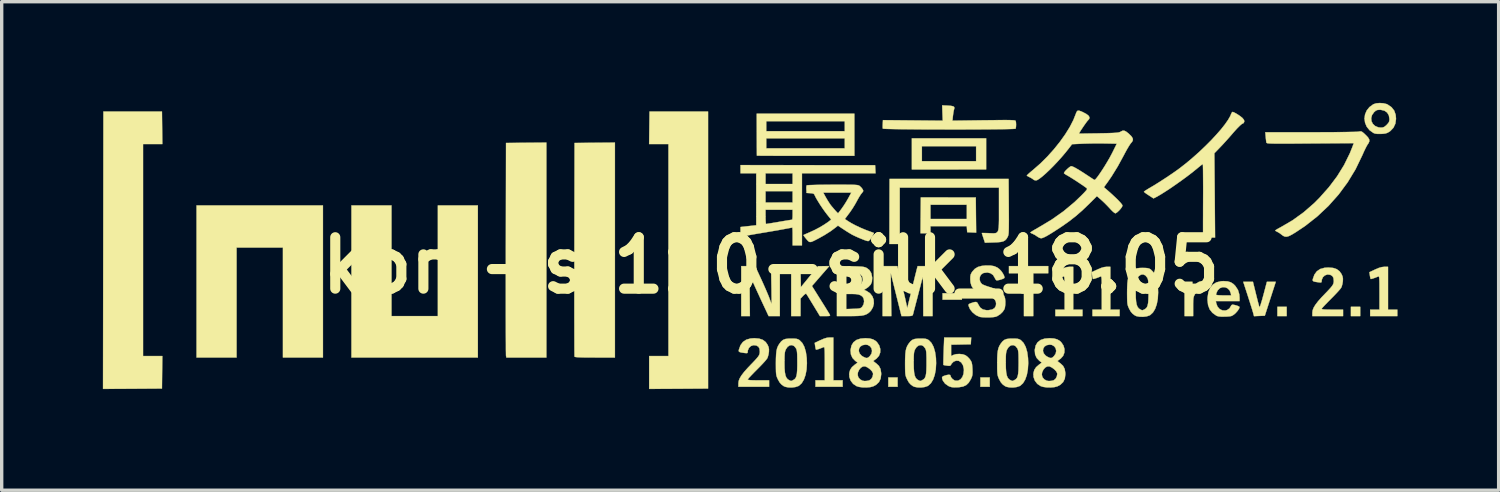
<source format=kicad_pcb>
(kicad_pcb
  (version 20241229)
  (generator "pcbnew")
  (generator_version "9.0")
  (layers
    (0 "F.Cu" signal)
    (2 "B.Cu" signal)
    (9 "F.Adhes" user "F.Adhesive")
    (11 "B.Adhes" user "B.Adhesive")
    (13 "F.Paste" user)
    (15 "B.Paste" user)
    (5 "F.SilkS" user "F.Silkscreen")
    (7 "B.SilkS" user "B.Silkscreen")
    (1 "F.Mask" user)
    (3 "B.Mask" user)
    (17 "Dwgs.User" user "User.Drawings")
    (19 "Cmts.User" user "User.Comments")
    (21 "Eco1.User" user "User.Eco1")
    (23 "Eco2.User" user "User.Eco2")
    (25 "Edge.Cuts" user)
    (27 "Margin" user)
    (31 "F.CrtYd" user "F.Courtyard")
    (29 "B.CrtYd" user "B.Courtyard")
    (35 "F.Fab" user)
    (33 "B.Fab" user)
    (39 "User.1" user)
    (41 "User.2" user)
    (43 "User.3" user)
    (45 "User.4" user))
  (footprint "nkbm-st110-silk_18.05"
    (layer "F.Cu")
    (at 19.119 4.819)
    (property "Reference" "nkbm-st110-silk_18.05" (at 0 0 0) (layer "F.SilkS") (effects (font (size 1.524 1.524) (thickness 0.3))))
    (attr through_hole)
    (fp_poly (pts (xy 4.445 3.598) (xy 4.17 3.598) (xy 4.17 3.323) (xy 4.445 3.323) (xy 4.445 3.598)) (stroke (width 0.01) (type solid)) (fill yes) (layer "F.SilkS"))
    (fp_poly (pts (xy 6.35 1.016) (xy 5.779 1.016) (xy 5.779 0.826) (xy 6.35 0.826) (xy 6.35 1.016)) (stroke (width 0.01) (type solid)) (fill yes) (layer "F.SilkS"))
    (fp_poly (pts (xy 7.176 3.598) (xy 6.9 3.598) (xy 6.9 3.323) (xy 7.176 3.323) (xy 7.176 3.598)) (stroke (width 0.01) (type solid)) (fill yes) (layer "F.SilkS"))
    (fp_poly (pts (xy 15.981 1.503) (xy 15.706 1.503) (xy 15.706 1.228) (xy 15.981 1.228) (xy 15.981 1.503)) (stroke (width 0.01) (type solid)) (fill yes) (layer "F.SilkS"))
    (fp_poly (pts (xy 18.161 1.503) (xy 17.886 1.503) (xy 17.886 1.228) (xy 18.161 1.228) (xy 18.161 1.503)) (stroke (width 0.01) (type solid)) (fill yes) (layer "F.SilkS"))
    (fp_poly (pts (xy -12.594 2.731) (xy -13.78 2.731) (xy -13.78 -0.529) (xy -15.155 -0.529) (xy -15.155 2.731) (xy -16.341 2.731) (xy -16.341 -1.778) (xy -12.594 -1.778) (xy -12.594 2.731)) (stroke (width 0.01) (type solid)) (fill yes) (layer "F.SilkS"))
    (fp_poly (pts (xy -10.562 1.503) (xy -9.186 1.503) (xy -9.186 -1.778) (xy -8.001 -1.778) (xy -8.001 2.731) (xy -11.748 2.731) (xy -11.748 -1.778) (xy -10.562 -1.778) (xy -10.562 1.503)) (stroke (width 0.01) (type solid)) (fill yes) (layer "F.SilkS"))
    (fp_poly (pts (xy 8.911 0.233) (xy 8.467 0.233) (xy 8.467 1.503) (xy 8.191 1.503) (xy 8.191 0.233) (xy 7.747 0.233) (xy 7.747 0.021) (xy 8.911 0.021) (xy 8.911 0.233)) (stroke (width 0.01) (type solid)) (fill yes) (layer "F.SilkS"))
    (fp_poly (pts (xy -1.175 3.651) (xy -2.048 3.657) (xy -2.921 3.662) (xy -2.921 2.688) (xy -2.349 2.688) (xy -2.349 -3.598) (xy -2.922 -3.598) (xy -2.916 -4.08) (xy -2.91 -4.561) (xy -1.175 -4.561) (xy -1.175 3.651)) (stroke (width 0.01) (type solid)) (fill yes) (layer "F.SilkS"))
    (fp_poly (pts (xy -17.356 -3.598) (xy -17.928 -3.598) (xy -17.928 2.688) (xy -17.356 2.688) (xy -17.362 3.17) (xy -17.367 3.651) (xy -18.24 3.657) (xy -19.114 3.662) (xy -19.108 -0.45) (xy -19.103 -4.561) (xy -17.367 -4.561) (xy -17.356 -3.598)) (stroke (width 0.01) (type solid)) (fill yes) (layer "F.SilkS"))
    (fp_poly (pts (xy 7.07 -2.846) (xy 5.969 -2.845) (xy 4.868 -2.845) (xy 4.868 -3.535) (xy 5.165 -3.535) (xy 5.165 -3.09) (xy 6.773 -3.09) (xy 6.773 -3.535) (xy 5.165 -3.535) (xy 4.868 -3.535) (xy 4.868 -3.768) (xy 7.07 -3.768) (xy 7.07 -2.846)) (stroke (width 0.01) (type solid)) (fill yes) (layer "F.SilkS"))
    (fp_poly (pts (xy 5.948 -2.015) (xy 6.763 -2.015) (xy 6.768 -1.493) (xy 6.774 -0.972) (xy 6.641 -0.978) (xy 6.509 -0.984) (xy 6.502 -1.074) (xy 6.496 -1.164) (xy 5.419 -1.164) (xy 5.419 -0.953) (xy 5.125 -0.953) (xy 5.129 -1.484) (xy 5.132 -1.799) (xy 5.419 -1.799) (xy 5.419 -1.376) (xy 6.498 -1.376) (xy 6.498 -1.799) (xy 5.419 -1.799) (xy 5.132 -1.799) (xy 5.134 -2.016) (xy 5.948 -2.015)) (stroke (width 0.01) (type solid)) (fill yes) (layer "F.SilkS"))
    (fp_poly (pts (xy -5.969 2.731) (xy -7.154 2.731) (xy -7.165 2.683) (xy -7.166 2.657) (xy -7.167 2.59) (xy -7.169 2.486) (xy -7.169 2.347) (xy -7.17 2.175) (xy -7.171 1.973) (xy -7.171 1.743) (xy -7.172 1.486) (xy -7.172 1.207) (xy -7.172 0.907) (xy -7.172 0.588) (xy -7.172 0.253) (xy -7.171 -0.096) (xy -7.171 -0.457) (xy -7.171 -0.497) (xy -7.165 -3.63) (xy -6.567 -3.636) (xy -5.969 -3.641) (xy -5.969 2.731)) (stroke (width 0.01) (type solid)) (fill yes) (layer "F.SilkS"))
    (fp_poly (pts (xy -3.937 2.731) (xy -4.53 2.731) (xy -4.714 2.73) (xy -4.859 2.729) (xy -4.97 2.726) (xy -5.049 2.722) (xy -5.1 2.717) (xy -5.127 2.71) (xy -5.134 2.704) (xy -5.135 2.68) (xy -5.136 2.616) (xy -5.137 2.515) (xy -5.138 2.378) (xy -5.138 2.208) (xy -5.139 2.008) (xy -5.139 1.78) (xy -5.14 1.525) (xy -5.14 1.247) (xy -5.14 0.948) (xy -5.14 0.63) (xy -5.139 0.295) (xy -5.139 -0.054) (xy -5.138 -0.414) (xy -5.138 -0.476) (xy -5.133 -3.63) (xy -4.535 -3.636) (xy -3.937 -3.641) (xy -3.937 2.731)) (stroke (width 0.01) (type solid)) (fill yes) (layer "F.SilkS"))
    (fp_poly (pts (xy 15.071 0.852) (xy 15.101 0.972) (xy 15.128 1.078) (xy 15.151 1.163) (xy 15.167 1.221) (xy 15.175 1.243) (xy 15.184 1.232) (xy 15.202 1.185) (xy 15.226 1.109) (xy 15.256 1.009) (xy 15.288 0.891) (xy 15.292 0.878) (xy 15.395 0.487) (xy 15.658 0.487) (xy 15.495 0.99) (xy 15.333 1.492) (xy 15.173 1.498) (xy 15.013 1.505) (xy 14.989 1.414) (xy 14.975 1.366) (xy 14.951 1.286) (xy 14.918 1.181) (xy 14.879 1.058) (xy 14.837 0.927) (xy 14.83 0.905) (xy 14.694 0.487) (xy 14.981 0.487) (xy 15.071 0.852)) (stroke (width 0.01) (type solid)) (fill yes) (layer "F.SilkS"))
    (fp_poly (pts (xy 13.512 0.47) (xy 13.522 0.491) (xy 13.518 0.513) (xy 13.508 0.57) (xy 13.505 0.63) (xy 13.498 0.677) (xy 13.483 0.698) (xy 13.481 0.699) (xy 13.418 0.715) (xy 13.348 0.759) (xy 13.286 0.82) (xy 13.26 0.857) (xy 13.239 0.896) (xy 13.224 0.935) (xy 13.215 0.982) (xy 13.21 1.046) (xy 13.208 1.137) (xy 13.208 1.224) (xy 13.208 1.503) (xy 12.954 1.503) (xy 12.954 0.487) (xy 13.187 0.487) (xy 13.187 0.688) (xy 13.229 0.619) (xy 13.291 0.547) (xy 13.37 0.493) (xy 13.452 0.467) (xy 13.47 0.466) (xy 13.512 0.47)) (stroke (width 0.01) (type solid)) (fill yes) (layer "F.SilkS"))
    (fp_poly (pts (xy 2.54 3.408) (xy 2.815 3.408) (xy 2.815 3.598) (xy 2.011 3.598) (xy 2.011 3.408) (xy 2.286 3.408) (xy 2.286 2.908) (xy 2.286 2.75) (xy 2.285 2.63) (xy 2.283 2.542) (xy 2.28 2.482) (xy 2.275 2.445) (xy 2.269 2.427) (xy 2.259 2.422) (xy 2.249 2.424) (xy 2.164 2.458) (xy 2.092 2.484) (xy 2.043 2.497) (xy 2.025 2.497) (xy 2.016 2.472) (xy 2.006 2.42) (xy 2.001 2.392) (xy 1.988 2.297) (xy 2.157 2.217) (xy 2.265 2.171) (xy 2.35 2.146) (xy 2.428 2.138) (xy 2.433 2.138) (xy 2.54 2.138) (xy 2.54 3.408)) (stroke (width 0.01) (type solid)) (fill yes) (layer "F.SilkS"))
    (fp_poly (pts (xy 9.652 1.312) (xy 9.927 1.312) (xy 9.927 1.503) (xy 9.123 1.503) (xy 9.123 1.312) (xy 9.398 1.312) (xy 9.398 0.813) (xy 9.398 0.655) (xy 9.397 0.534) (xy 9.395 0.446) (xy 9.392 0.387) (xy 9.387 0.35) (xy 9.381 0.331) (xy 9.371 0.326) (xy 9.361 0.329) (xy 9.276 0.363) (xy 9.204 0.388) (xy 9.155 0.402) (xy 9.137 0.402) (xy 9.128 0.376) (xy 9.118 0.324) (xy 9.113 0.296) (xy 9.1 0.201) (xy 9.269 0.122) (xy 9.377 0.076) (xy 9.462 0.051) (xy 9.54 0.042) (xy 9.545 0.042) (xy 9.652 0.042) (xy 9.652 1.312)) (stroke (width 0.01) (type solid)) (fill yes) (layer "F.SilkS"))
    (fp_poly (pts (xy 10.753 1.312) (xy 11.028 1.312) (xy 11.028 1.503) (xy 10.223 1.503) (xy 10.223 1.312) (xy 10.499 1.312) (xy 10.499 0.813) (xy 10.498 0.655) (xy 10.498 0.534) (xy 10.496 0.446) (xy 10.493 0.387) (xy 10.488 0.35) (xy 10.481 0.331) (xy 10.472 0.326) (xy 10.462 0.329) (xy 10.377 0.363) (xy 10.305 0.388) (xy 10.255 0.402) (xy 10.237 0.402) (xy 10.229 0.376) (xy 10.218 0.324) (xy 10.214 0.296) (xy 10.201 0.201) (xy 10.37 0.122) (xy 10.477 0.076) (xy 10.563 0.051) (xy 10.64 0.042) (xy 10.646 0.042) (xy 10.753 0.042) (xy 10.753 1.312)) (stroke (width 0.01) (type solid)) (fill yes) (layer "F.SilkS"))
    (fp_poly (pts (xy 18.986 1.312) (xy 19.262 1.312) (xy 19.262 1.503) (xy 18.457 1.503) (xy 18.457 1.312) (xy 18.733 1.312) (xy 18.733 0.813) (xy 18.732 0.655) (xy 18.732 0.534) (xy 18.73 0.446) (xy 18.727 0.387) (xy 18.722 0.35) (xy 18.715 0.331) (xy 18.706 0.326) (xy 18.695 0.329) (xy 18.611 0.363) (xy 18.539 0.388) (xy 18.489 0.402) (xy 18.471 0.402) (xy 18.463 0.376) (xy 18.452 0.324) (xy 18.448 0.296) (xy 18.435 0.201) (xy 18.604 0.122) (xy 18.711 0.076) (xy 18.797 0.051) (xy 18.874 0.042) (xy 18.88 0.042) (xy 18.986 0.042) (xy 18.986 1.312)) (stroke (width 0.01) (type solid)) (fill yes) (layer "F.SilkS"))
    (fp_poly (pts (xy 3.164 -3.25) (xy 1.72 -3.249) (xy 1.477 -3.249) (xy 1.246 -3.25) (xy 1.032 -3.25) (xy 0.838 -3.25) (xy 0.666 -3.251) (xy 0.522 -3.251) (xy 0.407 -3.252) (xy 0.326 -3.253) (xy 0.281 -3.254) (xy 0.273 -3.254) (xy 0.273 -3.276) (xy 0.272 -3.335) (xy 0.272 -3.425) (xy 0.271 -3.542) (xy 0.271 -3.68) (xy 0.27 -3.768) (xy 0.55 -3.768) (xy 0.55 -3.471) (xy 2.879 -3.471) (xy 2.879 -3.768) (xy 0.55 -3.768) (xy 0.27 -3.768) (xy 0.27 -3.834) (xy 0.27 -3.879) (xy 0.269 -4.276) (xy 0.55 -4.276) (xy 0.55 -3.979) (xy 2.879 -3.979) (xy 2.879 -4.276) (xy 0.55 -4.276) (xy 0.269 -4.276) (xy 0.268 -4.498) (xy 3.163 -4.498) (xy 3.164 -3.25)) (stroke (width 0.01) (type solid)) (fill yes) (layer "F.SilkS"))
    (fp_poly (pts (xy 1.571 0.333) (xy 1.577 0.645) (xy 1.831 0.334) (xy 2.085 0.024) (xy 2.42 0.021) (xy 2.378 0.069) (xy 2.35 0.101) (xy 2.3 0.158) (xy 2.234 0.234) (xy 2.158 0.321) (xy 2.121 0.364) (xy 1.905 0.611) (xy 2.159 1.016) (xy 2.234 1.135) (xy 2.302 1.244) (xy 2.359 1.337) (xy 2.403 1.409) (xy 2.43 1.453) (xy 2.435 1.462) (xy 2.443 1.483) (xy 2.436 1.495) (xy 2.405 1.501) (xy 2.343 1.503) (xy 2.299 1.503) (xy 2.142 1.503) (xy 1.946 1.18) (xy 1.882 1.075) (xy 1.825 0.982) (xy 1.779 0.907) (xy 1.747 0.858) (xy 1.735 0.839) (xy 1.713 0.843) (xy 1.674 0.872) (xy 1.643 0.903) (xy 1.567 0.984) (xy 1.567 1.244) (xy 1.566 1.503) (xy 1.291 1.503) (xy 1.291 0.021) (xy 1.565 0.021) (xy 1.571 0.333)) (stroke (width 0.01) (type solid)) (fill yes) (layer "F.SilkS"))
    (fp_poly (pts (xy 0.953 1.503) (xy 0.621 1.503) (xy 0.391 1.011) (xy 0.326 0.869) (xy 0.263 0.733) (xy 0.207 0.609) (xy 0.16 0.505) (xy 0.126 0.427) (xy 0.111 0.392) (xy 0.084 0.326) (xy 0.064 0.279) (xy 0.056 0.261) (xy 0.055 0.28) (xy 0.055 0.337) (xy 0.056 0.425) (xy 0.056 0.541) (xy 0.057 0.677) (xy 0.059 0.831) (xy 0.059 0.88) (xy 0.065 1.503) (xy -0.191 1.503) (xy -0.191 0.021) (xy 0.016 0.022) (xy 0.222 0.022) (xy 0.4 0.408) (xy 0.46 0.54) (xy 0.518 0.671) (xy 0.57 0.792) (xy 0.613 0.893) (xy 0.64 0.963) (xy 0.669 1.04) (xy 0.692 1.101) (xy 0.706 1.134) (xy 0.708 1.138) (xy 0.709 1.119) (xy 0.709 1.064) (xy 0.709 0.977) (xy 0.707 0.864) (xy 0.706 0.73) (xy 0.703 0.583) (xy 0.693 0.021) (xy 0.953 0.021) (xy 0.953 1.503)) (stroke (width 0.01) (type solid)) (fill yes) (layer "F.SilkS"))
    (fp_poly (pts (xy 7.742 -1.742) (xy 7.743 -1.532) (xy 7.744 -1.36) (xy 7.743 -1.222) (xy 7.742 -1.113) (xy 7.74 -1.03) (xy 7.737 -0.967) (xy 7.732 -0.922) (xy 7.725 -0.888) (xy 7.717 -0.864) (xy 7.71 -0.848) (xy 7.674 -0.787) (xy 7.632 -0.743) (xy 7.578 -0.713) (xy 7.503 -0.695) (xy 7.399 -0.685) (xy 7.294 -0.681) (xy 7.035 -0.673) (xy 6.989 -0.813) (xy 6.966 -0.883) (xy 6.949 -0.936) (xy 6.943 -0.959) (xy 6.943 -0.959) (xy 6.962 -0.961) (xy 7.015 -0.96) (xy 7.092 -0.958) (xy 7.152 -0.956) (xy 7.232 -0.952) (xy 7.296 -0.951) (xy 7.347 -0.956) (xy 7.385 -0.971) (xy 7.412 -1) (xy 7.431 -1.048) (xy 7.442 -1.119) (xy 7.448 -1.217) (xy 7.451 -1.345) (xy 7.451 -1.508) (xy 7.451 -1.672) (xy 7.451 -2.307) (xy 4.508 -2.307) (xy 4.508 -0.635) (xy 4.355 -0.635) (xy 4.202 -0.635) (xy 4.204 -1.599) (xy 4.207 -2.564) (xy 5.971 -2.564) (xy 7.736 -2.564) (xy 7.742 -1.742)) (stroke (width 0.01) (type solid)) (fill yes) (layer "F.SilkS"))
    (fp_poly (pts (xy 4.547 0.471) (xy 4.582 0.616) (xy 4.617 0.759) (xy 4.648 0.891) (xy 4.674 1.002) (xy 4.692 1.083) (xy 4.694 1.094) (xy 4.731 1.268) (xy 4.864 0.723) (xy 4.9 0.573) (xy 4.935 0.433) (xy 4.965 0.309) (xy 4.991 0.207) (xy 5.009 0.135) (xy 5.018 0.1) (xy 5.04 0.021) (xy 5.482 0.021) (xy 5.482 1.503) (xy 5.207 1.503) (xy 5.205 0.894) (xy 5.204 0.713) (xy 5.202 0.571) (xy 5.199 0.467) (xy 5.196 0.398) (xy 5.192 0.363) (xy 5.186 0.358) (xy 5.182 0.37) (xy 5.168 0.425) (xy 5.146 0.509) (xy 5.119 0.616) (xy 5.087 0.738) (xy 5.053 0.87) (xy 5.019 1.003) (xy 4.985 1.131) (xy 4.955 1.248) (xy 4.929 1.346) (xy 4.91 1.42) (xy 4.899 1.461) (xy 4.898 1.466) (xy 4.885 1.485) (xy 4.857 1.496) (xy 4.804 1.502) (xy 4.724 1.503) (xy 4.561 1.503) (xy 4.401 0.863) (xy 4.241 0.222) (xy 4.251 0.863) (xy 4.26 1.503) (xy 4 1.503) (xy 4 0.021) (xy 4.437 0.021) (xy 4.547 0.471)) (stroke (width 0.01) (type solid)) (fill yes) (layer "F.SilkS"))
    (fp_poly (pts (xy 18.846 -4.807) (xy 18.943 -4.784) (xy 18.976 -4.769) (xy 19.091 -4.689) (xy 19.17 -4.588) (xy 19.213 -4.464) (xy 19.223 -4.346) (xy 19.204 -4.204) (xy 19.148 -4.084) (xy 19.057 -3.987) (xy 19.024 -3.963) (xy 18.968 -3.931) (xy 18.91 -3.912) (xy 18.834 -3.902) (xy 18.776 -3.899) (xy 18.672 -3.899) (xy 18.599 -3.909) (xy 18.553 -3.927) (xy 18.437 -4.01) (xy 18.355 -4.112) (xy 18.306 -4.229) (xy 18.289 -4.352) (xy 18.291 -4.366) (xy 18.487 -4.366) (xy 18.496 -4.276) (xy 18.536 -4.196) (xy 18.604 -4.133) (xy 18.696 -4.094) (xy 18.772 -4.085) (xy 18.833 -4.09) (xy 18.88 -4.11) (xy 18.932 -4.152) (xy 18.947 -4.167) (xy 18.997 -4.223) (xy 19.021 -4.27) (xy 19.029 -4.327) (xy 19.029 -4.339) (xy 19.011 -4.447) (xy 18.96 -4.532) (xy 18.879 -4.588) (xy 18.772 -4.613) (xy 18.743 -4.614) (xy 18.673 -4.609) (xy 18.622 -4.587) (xy 18.573 -4.544) (xy 18.512 -4.458) (xy 18.487 -4.366) (xy 18.291 -4.366) (xy 18.305 -4.475) (xy 18.354 -4.591) (xy 18.436 -4.694) (xy 18.551 -4.778) (xy 18.553 -4.778) (xy 18.634 -4.805) (xy 18.738 -4.814) (xy 18.846 -4.807)) (stroke (width 0.01) (type solid)) (fill yes) (layer "F.SilkS"))
    (fp_poly (pts (xy 5.93 -4.738) (xy 6.03 -4.73) (xy 6.093 -4.717) (xy 6.124 -4.694) (xy 6.128 -4.66) (xy 6.121 -4.634) (xy 6.109 -4.587) (xy 6.096 -4.514) (xy 6.086 -4.436) (xy 6.071 -4.29) (xy 7.002 -4.303) (xy 7.228 -4.305) (xy 7.414 -4.308) (xy 7.565 -4.309) (xy 7.685 -4.309) (xy 7.777 -4.308) (xy 7.845 -4.305) (xy 7.892 -4.302) (xy 7.923 -4.297) (xy 7.939 -4.291) (xy 7.946 -4.283) (xy 7.946 -4.283) (xy 7.955 -4.237) (xy 7.958 -4.173) (xy 7.955 -4.109) (xy 7.947 -4.063) (xy 7.942 -4.053) (xy 7.919 -4.05) (xy 7.857 -4.046) (xy 7.76 -4.043) (xy 7.631 -4.04) (xy 7.475 -4.038) (xy 7.295 -4.036) (xy 7.093 -4.034) (xy 6.875 -4.033) (xy 6.644 -4.032) (xy 6.403 -4.031) (xy 6.155 -4.031) (xy 5.905 -4.031) (xy 5.656 -4.032) (xy 5.411 -4.032) (xy 5.175 -4.033) (xy 4.951 -4.035) (xy 4.742 -4.037) (xy 4.552 -4.039) (xy 4.384 -4.041) (xy 4.243 -4.044) (xy 4.132 -4.047) (xy 4.054 -4.05) (xy 4.013 -4.054) (xy 4.007 -4.056) (xy 4.003 -4.089) (xy 4.003 -4.149) (xy 4.005 -4.194) (xy 4.011 -4.307) (xy 5.784 -4.29) (xy 5.775 -4.518) (xy 5.767 -4.745) (xy 5.93 -4.738)) (stroke (width 0.01) (type solid)) (fill yes) (layer "F.SilkS"))
    (fp_poly (pts (xy 0.338 2.171) (xy 0.449 2.208) (xy 0.533 2.272) (xy 0.588 2.351) (xy 0.619 2.42) (xy 0.631 2.486) (xy 0.629 2.563) (xy 0.616 2.644) (xy 0.595 2.72) (xy 0.582 2.752) (xy 0.555 2.789) (xy 0.504 2.85) (xy 0.433 2.927) (xy 0.349 3.014) (xy 0.273 3.091) (xy 0.186 3.178) (xy 0.11 3.257) (xy 0.05 3.32) (xy 0.012 3.365) (xy 0 3.384) (xy 0.017 3.394) (xy 0.068 3.402) (xy 0.156 3.406) (xy 0.284 3.408) (xy 0.318 3.408) (xy 0.635 3.408) (xy 0.635 3.598) (xy -0.275 3.598) (xy -0.275 3.496) (xy -0.266 3.426) (xy -0.237 3.35) (xy -0.185 3.263) (xy -0.108 3.162) (xy -0.002 3.043) (xy 0.094 2.942) (xy 0.19 2.842) (xy 0.26 2.766) (xy 0.308 2.708) (xy 0.338 2.661) (xy 0.353 2.619) (xy 0.359 2.577) (xy 0.36 2.555) (xy 0.35 2.468) (xy 0.318 2.411) (xy 0.258 2.375) (xy 0.254 2.374) (xy 0.171 2.365) (xy 0.096 2.391) (xy 0.037 2.446) (xy 0.004 2.523) (xy 0 2.563) (xy -0.003 2.59) (xy -0.02 2.601) (xy -0.062 2.6) (xy -0.106 2.595) (xy -0.191 2.582) (xy -0.24 2.568) (xy -0.263 2.549) (xy -0.265 2.52) (xy -0.261 2.501) (xy -0.214 2.369) (xy -0.141 2.27) (xy -0.042 2.203) (xy 0.086 2.167) (xy 0.197 2.159) (xy 0.338 2.171)) (stroke (width 0.01) (type solid)) (fill yes) (layer "F.SilkS"))
    (fp_poly (pts (xy 17.356 0.075) (xy 17.467 0.112) (xy 17.551 0.177) (xy 17.606 0.255) (xy 17.637 0.325) (xy 17.649 0.39) (xy 17.647 0.468) (xy 17.634 0.549) (xy 17.613 0.625) (xy 17.6 0.656) (xy 17.573 0.694) (xy 17.522 0.754) (xy 17.451 0.831) (xy 17.367 0.919) (xy 17.291 0.995) (xy 17.204 1.083) (xy 17.128 1.161) (xy 17.068 1.225) (xy 17.03 1.269) (xy 17.018 1.288) (xy 17.035 1.299) (xy 17.086 1.306) (xy 17.174 1.31) (xy 17.302 1.312) (xy 17.335 1.312) (xy 17.653 1.312) (xy 17.653 1.503) (xy 16.743 1.503) (xy 16.743 1.401) (xy 16.752 1.33) (xy 16.781 1.254) (xy 16.833 1.168) (xy 16.91 1.067) (xy 17.016 0.947) (xy 17.112 0.847) (xy 17.208 0.747) (xy 17.278 0.671) (xy 17.326 0.612) (xy 17.356 0.565) (xy 17.371 0.524) (xy 17.377 0.482) (xy 17.378 0.46) (xy 17.368 0.372) (xy 17.336 0.315) (xy 17.276 0.28) (xy 17.272 0.278) (xy 17.189 0.269) (xy 17.114 0.296) (xy 17.055 0.35) (xy 17.022 0.427) (xy 17.018 0.467) (xy 17.015 0.494) (xy 16.998 0.506) (xy 16.956 0.505) (xy 16.912 0.499) (xy 16.827 0.487) (xy 16.778 0.473) (xy 16.755 0.454) (xy 16.753 0.425) (xy 16.757 0.405) (xy 16.804 0.273) (xy 16.877 0.174) (xy 16.976 0.107) (xy 17.104 0.071) (xy 17.215 0.064) (xy 17.356 0.075)) (stroke (width 0.01) (type solid)) (fill yes) (layer "F.SilkS"))
    (fp_poly (pts (xy 14.231 0.474) (xy 14.326 0.502) (xy 14.406 0.555) (xy 14.46 0.611) (xy 14.537 0.728) (xy 14.576 0.859) (xy 14.584 0.96) (xy 14.584 1.058) (xy 13.88 1.058) (xy 13.894 1.127) (xy 13.93 1.222) (xy 13.991 1.292) (xy 14.071 1.333) (xy 14.16 1.339) (xy 14.216 1.323) (xy 14.286 1.275) (xy 14.315 1.228) (xy 14.34 1.184) (xy 14.366 1.164) (xy 14.367 1.164) (xy 14.42 1.17) (xy 14.481 1.185) (xy 14.538 1.205) (xy 14.576 1.225) (xy 14.584 1.235) (xy 14.569 1.283) (xy 14.529 1.344) (xy 14.474 1.407) (xy 14.423 1.453) (xy 14.381 1.482) (xy 14.34 1.501) (xy 14.288 1.511) (xy 14.213 1.517) (xy 14.152 1.519) (xy 14.044 1.52) (xy 13.969 1.513) (xy 13.916 1.499) (xy 13.896 1.49) (xy 13.781 1.408) (xy 13.699 1.305) (xy 13.651 1.179) (xy 13.634 1.026) (xy 13.636 0.955) (xy 13.649 0.866) (xy 13.885 0.866) (xy 13.906 0.878) (xy 13.969 0.885) (xy 14.073 0.889) (xy 14.11 0.889) (xy 14.335 0.889) (xy 14.322 0.821) (xy 14.287 0.737) (xy 14.228 0.679) (xy 14.155 0.648) (xy 14.076 0.647) (xy 14.001 0.675) (xy 13.939 0.736) (xy 13.921 0.768) (xy 13.898 0.822) (xy 13.886 0.861) (xy 13.885 0.866) (xy 13.649 0.866) (xy 13.66 0.794) (xy 13.713 0.665) (xy 13.793 0.567) (xy 13.9 0.502) (xy 14.034 0.47) (xy 14.107 0.466) (xy 14.231 0.474)) (stroke (width 0.01) (type solid)) (fill yes) (layer "F.SilkS"))
    (fp_poly (pts (xy 6.615 2.339) (xy 6.324 2.345) (xy 6.032 2.351) (xy 6.032 2.689) (xy 6.095 2.657) (xy 6.177 2.632) (xy 6.278 2.626) (xy 6.379 2.637) (xy 6.456 2.664) (xy 6.514 2.706) (xy 6.572 2.765) (xy 6.592 2.791) (xy 6.623 2.839) (xy 6.643 2.885) (xy 6.654 2.943) (xy 6.661 3.025) (xy 6.664 3.069) (xy 6.667 3.164) (xy 6.664 3.231) (xy 6.654 3.285) (xy 6.633 3.339) (xy 6.615 3.377) (xy 6.553 3.479) (xy 6.48 3.549) (xy 6.386 3.592) (xy 6.265 3.612) (xy 6.214 3.615) (xy 6.118 3.617) (xy 6.05 3.61) (xy 5.994 3.594) (xy 5.953 3.576) (xy 5.853 3.506) (xy 5.787 3.415) (xy 5.767 3.359) (xy 5.763 3.317) (xy 5.786 3.292) (xy 5.813 3.279) (xy 5.898 3.252) (xy 5.963 3.242) (xy 6.003 3.249) (xy 6.011 3.265) (xy 6.029 3.316) (xy 6.072 3.368) (xy 6.128 3.407) (xy 6.158 3.418) (xy 6.239 3.417) (xy 6.309 3.38) (xy 6.364 3.312) (xy 6.399 3.221) (xy 6.411 3.111) (xy 6.409 3.068) (xy 6.383 2.959) (xy 6.333 2.879) (xy 6.261 2.831) (xy 6.258 2.83) (xy 6.18 2.825) (xy 6.106 2.854) (xy 6.048 2.912) (xy 6.041 2.925) (xy 6.019 2.962) (xy 5.993 2.978) (xy 5.948 2.977) (xy 5.91 2.972) (xy 5.85 2.963) (xy 5.811 2.954) (xy 5.803 2.952) (xy 5.802 2.93) (xy 5.802 2.872) (xy 5.804 2.785) (xy 5.807 2.676) (xy 5.811 2.551) (xy 5.811 2.542) (xy 5.827 2.138) (xy 6.627 2.138) (xy 6.615 2.339)) (stroke (width 0.01) (type solid)) (fill yes) (layer "F.SilkS"))
    (fp_poly (pts (xy 3.043 0.025) (xy 3.188 0.028) (xy 3.298 0.032) (xy 3.378 0.037) (xy 3.437 0.045) (xy 3.481 0.056) (xy 3.516 0.07) (xy 3.519 0.071) (xy 3.608 0.137) (xy 3.665 0.231) (xy 3.69 0.352) (xy 3.691 0.382) (xy 3.683 0.485) (xy 3.649 0.566) (xy 3.583 0.636) (xy 3.528 0.675) (xy 3.45 0.727) (xy 3.531 0.762) (xy 3.628 0.827) (xy 3.697 0.915) (xy 3.735 1.019) (xy 3.741 1.13) (xy 3.714 1.24) (xy 3.654 1.342) (xy 3.621 1.377) (xy 3.572 1.419) (xy 3.52 1.45) (xy 3.458 1.473) (xy 3.379 1.489) (xy 3.278 1.498) (xy 3.146 1.502) (xy 3.009 1.503) (xy 2.646 1.503) (xy 2.646 0.847) (xy 2.921 0.847) (xy 2.921 1.295) (xy 3.135 1.288) (xy 3.232 1.284) (xy 3.297 1.278) (xy 3.339 1.269) (xy 3.368 1.253) (xy 3.393 1.228) (xy 3.399 1.221) (xy 3.438 1.15) (xy 3.452 1.068) (xy 3.441 0.988) (xy 3.407 0.93) (xy 3.356 0.89) (xy 3.294 0.865) (xy 3.211 0.851) (xy 3.097 0.847) (xy 3.089 0.847) (xy 2.921 0.847) (xy 2.646 0.847) (xy 2.646 0.233) (xy 2.921 0.233) (xy 2.921 0.635) (xy 3.011 0.634) (xy 3.09 0.629) (xy 3.179 0.619) (xy 3.203 0.616) (xy 3.305 0.584) (xy 3.375 0.529) (xy 3.41 0.454) (xy 3.414 0.409) (xy 3.399 0.335) (xy 3.356 0.281) (xy 3.323 0.257) (xy 3.286 0.243) (xy 3.233 0.236) (xy 3.153 0.233) (xy 3.11 0.233) (xy 2.921 0.233) (xy 2.646 0.233) (xy 2.646 0.019) (xy 3.043 0.025)) (stroke (width 0.01) (type solid)) (fill yes) (layer "F.SilkS"))
    (fp_poly (pts (xy 18.193 -3.972) (xy 18.227 -3.954) (xy 18.274 -3.915) (xy 18.318 -3.873) (xy 18.39 -3.799) (xy 18.427 -3.738) (xy 18.433 -3.683) (xy 18.409 -3.625) (xy 18.385 -3.592) (xy 18.358 -3.547) (xy 18.319 -3.473) (xy 18.274 -3.379) (xy 18.228 -3.275) (xy 18.219 -3.256) (xy 18.023 -2.85) (xy 17.79 -2.466) (xy 17.522 -2.103) (xy 17.221 -1.765) (xy 16.888 -1.452) (xy 16.524 -1.166) (xy 16.245 -0.98) (xy 16.134 -0.913) (xy 16.049 -0.87) (xy 15.982 -0.851) (xy 15.927 -0.854) (xy 15.875 -0.878) (xy 15.833 -0.91) (xy 15.773 -0.955) (xy 15.714 -0.99) (xy 15.7 -0.997) (xy 15.659 -1.018) (xy 15.642 -1.034) (xy 15.66 -1.05) (xy 15.707 -1.079) (xy 15.774 -1.116) (xy 15.805 -1.132) (xy 16.157 -1.338) (xy 16.488 -1.577) (xy 16.802 -1.851) (xy 16.949 -1.999) (xy 17.233 -2.318) (xy 17.477 -2.642) (xy 17.683 -2.975) (xy 17.852 -3.319) (xy 17.921 -3.49) (xy 17.972 -3.625) (xy 16.68 -3.616) (xy 16.414 -3.614) (xy 16.187 -3.612) (xy 15.996 -3.611) (xy 15.839 -3.611) (xy 15.711 -3.611) (xy 15.609 -3.612) (xy 15.531 -3.614) (xy 15.474 -3.616) (xy 15.433 -3.62) (xy 15.406 -3.624) (xy 15.391 -3.63) (xy 15.383 -3.637) (xy 15.379 -3.645) (xy 15.378 -3.65) (xy 15.372 -3.695) (xy 15.364 -3.764) (xy 15.359 -3.821) (xy 15.348 -3.948) (xy 16.685 -3.948) (xy 16.922 -3.948) (xy 17.148 -3.949) (xy 17.36 -3.95) (xy 17.553 -3.952) (xy 17.724 -3.954) (xy 17.869 -3.957) (xy 17.984 -3.959) (xy 18.065 -3.962) (xy 18.109 -3.966) (xy 18.112 -3.966) (xy 18.158 -3.974) (xy 18.193 -3.972)) (stroke (width 0.01) (type solid)) (fill yes) (layer "F.SilkS"))
    (fp_poly (pts (xy 1.783 -2.972) (xy 3.778 -2.97) (xy 3.791 -2.731) (xy 1.609 -2.731) (xy 1.609 -0.593) (xy 1.333 -0.593) (xy 1.333 -0.857) (xy 1.333 -0.957) (xy 1.331 -1.04) (xy 1.328 -1.098) (xy 1.324 -1.122) (xy 1.324 -1.122) (xy 1.301 -1.118) (xy 1.245 -1.108) (xy 1.165 -1.093) (xy 1.096 -1.08) (xy 1.008 -1.064) (xy 0.888 -1.042) (xy 0.746 -1.018) (xy 0.594 -0.992) (xy 0.441 -0.966) (xy 0.415 -0.962) (xy 0.277 -0.939) (xy 0.151 -0.917) (xy 0.043 -0.897) (xy -0.039 -0.881) (xy -0.09 -0.869) (xy -0.099 -0.866) (xy -0.155 -0.848) (xy -0.188 -0.851) (xy -0.205 -0.879) (xy -0.211 -0.941) (xy -0.212 -0.992) (xy -0.212 -1.138) (xy -0.095 -1.151) (xy -0.000347 -1.162) (xy 0.102 -1.173) (xy 0.138 -1.177) (xy 0.254 -1.19) (xy 0.254 -1.651) (xy 0.529 -1.651) (xy 0.529 -1.439) (xy 0.531 -1.351) (xy 0.535 -1.28) (xy 0.54 -1.237) (xy 0.545 -1.228) (xy 0.57 -1.231) (xy 0.63 -1.241) (xy 0.717 -1.255) (xy 0.826 -1.273) (xy 0.931 -1.291) (xy 1.052 -1.312) (xy 1.158 -1.329) (xy 1.242 -1.343) (xy 1.298 -1.352) (xy 1.318 -1.354) (xy 1.325 -1.374) (xy 1.331 -1.425) (xy 1.333 -1.497) (xy 1.333 -1.503) (xy 1.333 -1.651) (xy 0.529 -1.651) (xy 0.254 -1.651) (xy 0.254 -2.201) (xy 0.529 -2.201) (xy 0.529 -1.863) (xy 1.333 -1.863) (xy 1.333 -2.201) (xy 0.529 -2.201) (xy 0.254 -2.201) (xy 0.254 -2.731) (xy 0.529 -2.731) (xy 0.529 -2.413) (xy 1.333 -2.413) (xy 1.333 -2.731) (xy 0.529 -2.731) (xy 0.254 -2.731) (xy -0.212 -2.731) (xy -0.212 -2.852) (xy -0.212 -2.974) (xy 1.783 -2.972)) (stroke (width 0.01) (type solid)) (fill yes) (layer "F.SilkS"))
    (fp_poly (pts (xy 1.382 2.171) (xy 1.446 2.177) (xy 1.492 2.191) (xy 1.532 2.213) (xy 1.54 2.219) (xy 1.619 2.3) (xy 1.681 2.417) (xy 1.725 2.567) (xy 1.75 2.745) (xy 1.756 2.9) (xy 1.746 3.084) (xy 1.715 3.248) (xy 1.666 3.386) (xy 1.601 3.494) (xy 1.521 3.567) (xy 1.503 3.577) (xy 1.417 3.606) (xy 1.313 3.62) (xy 1.207 3.618) (xy 1.115 3.6) (xy 1.069 3.58) (xy 1 3.529) (xy 0.946 3.468) (xy 0.897 3.381) (xy 0.885 3.354) (xy 0.866 3.311) (xy 0.853 3.268) (xy 0.844 3.217) (xy 0.839 3.15) (xy 0.837 3.059) (xy 0.836 2.935) (xy 0.836 2.91) (xy 0.836 2.889) (xy 1.091 2.889) (xy 1.093 3.048) (xy 1.103 3.17) (xy 1.12 3.262) (xy 1.147 3.328) (xy 1.184 3.374) (xy 1.228 3.402) (xy 1.268 3.422) (xy 1.293 3.426) (xy 1.325 3.413) (xy 1.353 3.398) (xy 1.393 3.372) (xy 1.423 3.336) (xy 1.444 3.284) (xy 1.459 3.211) (xy 1.467 3.111) (xy 1.471 2.978) (xy 1.471 2.879) (xy 1.47 2.744) (xy 1.468 2.644) (xy 1.463 2.572) (xy 1.456 2.521) (xy 1.444 2.483) (xy 1.433 2.46) (xy 1.378 2.392) (xy 1.313 2.363) (xy 1.246 2.371) (xy 1.181 2.416) (xy 1.133 2.487) (xy 1.116 2.526) (xy 1.104 2.57) (xy 1.097 2.626) (xy 1.093 2.704) (xy 1.091 2.811) (xy 1.091 2.889) (xy 0.836 2.889) (xy 0.838 2.752) (xy 0.844 2.628) (xy 0.855 2.532) (xy 0.873 2.455) (xy 0.9 2.39) (xy 0.935 2.33) (xy 0.937 2.328) (xy 0.992 2.256) (xy 1.05 2.209) (xy 1.12 2.182) (xy 1.213 2.171) (xy 1.287 2.17) (xy 1.382 2.171)) (stroke (width 0.01) (type solid)) (fill yes) (layer "F.SilkS"))
    (fp_poly (pts (xy 5.213 2.171) (xy 5.277 2.177) (xy 5.323 2.191) (xy 5.363 2.213) (xy 5.372 2.219) (xy 5.45 2.3) (xy 5.512 2.417) (xy 5.556 2.567) (xy 5.582 2.745) (xy 5.587 2.9) (xy 5.577 3.084) (xy 5.546 3.248) (xy 5.497 3.386) (xy 5.432 3.494) (xy 5.352 3.567) (xy 5.334 3.577) (xy 5.248 3.606) (xy 5.144 3.62) (xy 5.038 3.618) (xy 4.946 3.6) (xy 4.9 3.58) (xy 4.831 3.529) (xy 4.777 3.468) (xy 4.729 3.381) (xy 4.716 3.354) (xy 4.697 3.311) (xy 4.684 3.268) (xy 4.675 3.217) (xy 4.67 3.15) (xy 4.668 3.059) (xy 4.667 2.935) (xy 4.667 2.91) (xy 4.667 2.889) (xy 4.922 2.889) (xy 4.925 3.048) (xy 4.934 3.17) (xy 4.951 3.262) (xy 4.978 3.328) (xy 5.016 3.374) (xy 5.059 3.402) (xy 5.099 3.422) (xy 5.125 3.426) (xy 5.156 3.413) (xy 5.184 3.398) (xy 5.224 3.372) (xy 5.254 3.336) (xy 5.276 3.284) (xy 5.29 3.211) (xy 5.298 3.111) (xy 5.302 2.978) (xy 5.302 2.879) (xy 5.302 2.744) (xy 5.299 2.644) (xy 5.295 2.572) (xy 5.287 2.521) (xy 5.275 2.483) (xy 5.264 2.46) (xy 5.209 2.392) (xy 5.145 2.363) (xy 5.077 2.371) (xy 5.013 2.416) (xy 4.964 2.487) (xy 4.947 2.526) (xy 4.935 2.57) (xy 4.928 2.626) (xy 4.924 2.704) (xy 4.922 2.811) (xy 4.922 2.889) (xy 4.667 2.889) (xy 4.669 2.752) (xy 4.675 2.628) (xy 4.686 2.532) (xy 4.704 2.455) (xy 4.731 2.39) (xy 4.766 2.33) (xy 4.768 2.328) (xy 4.824 2.256) (xy 4.881 2.209) (xy 4.951 2.182) (xy 5.044 2.171) (xy 5.119 2.17) (xy 5.213 2.171)) (stroke (width 0.01) (type solid)) (fill yes) (layer "F.SilkS"))
    (fp_poly (pts (xy 7.943 2.171) (xy 8.007 2.177) (xy 8.054 2.191) (xy 8.094 2.213) (xy 8.102 2.219) (xy 8.181 2.3) (xy 8.243 2.417) (xy 8.287 2.567) (xy 8.312 2.745) (xy 8.318 2.9) (xy 8.307 3.084) (xy 8.277 3.248) (xy 8.228 3.386) (xy 8.163 3.494) (xy 8.083 3.567) (xy 8.064 3.577) (xy 7.978 3.606) (xy 7.875 3.62) (xy 7.769 3.618) (xy 7.676 3.6) (xy 7.631 3.58) (xy 7.561 3.529) (xy 7.508 3.468) (xy 7.459 3.381) (xy 7.446 3.354) (xy 7.428 3.311) (xy 7.415 3.268) (xy 7.406 3.217) (xy 7.401 3.15) (xy 7.398 3.059) (xy 7.398 2.935) (xy 7.398 2.91) (xy 7.398 2.889) (xy 7.652 2.889) (xy 7.655 3.048) (xy 7.664 3.17) (xy 7.682 3.262) (xy 7.708 3.328) (xy 7.746 3.374) (xy 7.789 3.402) (xy 7.83 3.422) (xy 7.855 3.426) (xy 7.886 3.413) (xy 7.914 3.398) (xy 7.954 3.372) (xy 7.985 3.336) (xy 8.006 3.284) (xy 8.02 3.211) (xy 8.029 3.111) (xy 8.032 2.978) (xy 8.033 2.879) (xy 8.032 2.744) (xy 8.03 2.644) (xy 8.025 2.572) (xy 8.017 2.521) (xy 8.006 2.483) (xy 7.995 2.46) (xy 7.94 2.392) (xy 7.875 2.363) (xy 7.807 2.371) (xy 7.743 2.416) (xy 7.694 2.487) (xy 7.678 2.526) (xy 7.666 2.57) (xy 7.658 2.626) (xy 7.654 2.704) (xy 7.653 2.811) (xy 7.652 2.889) (xy 7.398 2.889) (xy 7.399 2.752) (xy 7.405 2.628) (xy 7.417 2.532) (xy 7.435 2.455) (xy 7.461 2.39) (xy 7.497 2.33) (xy 7.498 2.328) (xy 7.554 2.256) (xy 7.611 2.209) (xy 7.681 2.182) (xy 7.775 2.171) (xy 7.849 2.17) (xy 7.943 2.171)) (stroke (width 0.01) (type solid)) (fill yes) (layer "F.SilkS"))
    (fp_poly (pts (xy 11.796 0.076) (xy 11.86 0.082) (xy 11.906 0.095) (xy 11.946 0.118) (xy 11.954 0.124) (xy 12.033 0.205) (xy 12.095 0.322) (xy 12.139 0.471) (xy 12.164 0.65) (xy 12.17 0.804) (xy 12.16 0.989) (xy 12.129 1.153) (xy 12.08 1.291) (xy 12.015 1.398) (xy 11.935 1.471) (xy 11.917 1.482) (xy 11.831 1.511) (xy 11.727 1.524) (xy 11.621 1.522) (xy 11.529 1.505) (xy 11.483 1.485) (xy 11.414 1.434) (xy 11.36 1.372) (xy 11.311 1.286) (xy 11.299 1.259) (xy 11.28 1.215) (xy 11.267 1.172) (xy 11.258 1.121) (xy 11.253 1.054) (xy 11.251 0.963) (xy 11.25 0.839) (xy 11.25 0.815) (xy 11.25 0.794) (xy 11.505 0.794) (xy 11.507 0.953) (xy 11.517 1.075) (xy 11.534 1.166) (xy 11.561 1.232) (xy 11.598 1.278) (xy 11.642 1.307) (xy 11.682 1.326) (xy 11.707 1.33) (xy 11.739 1.317) (xy 11.767 1.303) (xy 11.807 1.276) (xy 11.837 1.24) (xy 11.858 1.189) (xy 11.873 1.116) (xy 11.881 1.015) (xy 11.885 0.882) (xy 11.885 0.783) (xy 11.884 0.648) (xy 11.882 0.549) (xy 11.877 0.477) (xy 11.87 0.426) (xy 11.858 0.388) (xy 11.847 0.364) (xy 11.792 0.297) (xy 11.727 0.267) (xy 11.66 0.275) (xy 11.595 0.32) (xy 11.547 0.392) (xy 11.53 0.431) (xy 11.518 0.474) (xy 11.511 0.531) (xy 11.507 0.608) (xy 11.505 0.715) (xy 11.505 0.794) (xy 11.25 0.794) (xy 11.252 0.657) (xy 11.258 0.533) (xy 11.269 0.436) (xy 11.287 0.36) (xy 11.314 0.295) (xy 11.349 0.235) (xy 11.351 0.233) (xy 11.406 0.16) (xy 11.464 0.114) (xy 11.534 0.087) (xy 11.627 0.076) (xy 11.701 0.074) (xy 11.796 0.076)) (stroke (width 0.01) (type solid)) (fill yes) (layer "F.SilkS"))
    (fp_poly (pts (xy 14.414 -4.539) (xy 14.474 -4.508) (xy 14.543 -4.466) (xy 14.61 -4.419) (xy 14.664 -4.376) (xy 14.676 -4.364) (xy 14.717 -4.31) (xy 14.724 -4.266) (xy 14.722 -4.256) (xy 14.704 -4.221) (xy 14.69 -4.212) (xy 14.654 -4.195) (xy 14.595 -4.145) (xy 14.514 -4.064) (xy 14.413 -3.953) (xy 14.356 -3.886) (xy 14.267 -3.784) (xy 14.168 -3.674) (xy 14.072 -3.569) (xy 14.005 -3.499) (xy 13.837 -3.325) (xy 13.848 -2.075) (xy 13.858 -0.826) (xy 13.681 -0.826) (xy 13.6 -0.827) (xy 13.538 -0.832) (xy 13.505 -0.839) (xy 13.502 -0.841) (xy 13.502 -0.865) (xy 13.502 -0.927) (xy 13.502 -1.023) (xy 13.502 -1.149) (xy 13.502 -1.302) (xy 13.503 -1.476) (xy 13.503 -1.669) (xy 13.504 -1.875) (xy 13.504 -1.931) (xy 13.505 -2.14) (xy 13.505 -2.336) (xy 13.504 -2.514) (xy 13.503 -2.67) (xy 13.502 -2.802) (xy 13.5 -2.904) (xy 13.498 -2.973) (xy 13.496 -3.004) (xy 13.495 -3.006) (xy 13.475 -2.993) (xy 13.43 -2.959) (xy 13.368 -2.909) (xy 13.33 -2.877) (xy 13.201 -2.772) (xy 13.053 -2.658) (xy 12.892 -2.539) (xy 12.725 -2.42) (xy 12.561 -2.306) (xy 12.405 -2.203) (xy 12.266 -2.115) (xy 12.151 -2.047) (xy 12.128 -2.035) (xy 12.033 -1.986) (xy 11.892 -2.078) (xy 11.825 -2.122) (xy 11.775 -2.159) (xy 11.75 -2.181) (xy 11.749 -2.184) (xy 11.765 -2.199) (xy 11.811 -2.231) (xy 11.878 -2.272) (xy 11.922 -2.298) (xy 12.053 -2.375) (xy 12.203 -2.469) (xy 12.364 -2.573) (xy 12.522 -2.678) (xy 12.669 -2.779) (xy 12.791 -2.867) (xy 12.813 -2.883) (xy 13.005 -3.033) (xy 13.196 -3.194) (xy 13.385 -3.362) (xy 13.566 -3.534) (xy 13.737 -3.705) (xy 13.893 -3.873) (xy 14.033 -4.032) (xy 14.15 -4.18) (xy 14.243 -4.313) (xy 14.308 -4.426) (xy 14.331 -4.482) (xy 14.352 -4.528) (xy 14.374 -4.55) (xy 14.377 -4.551) (xy 14.414 -4.539)) (stroke (width 0.01) (type solid)) (fill yes) (layer "F.SilkS"))
    (fp_poly (pts (xy 3.618 2.167) (xy 3.717 2.194) (xy 3.797 2.242) (xy 3.835 2.278) (xy 3.901 2.375) (xy 3.932 2.48) (xy 3.929 2.585) (xy 3.892 2.682) (xy 3.821 2.762) (xy 3.796 2.78) (xy 3.752 2.811) (xy 3.728 2.833) (xy 3.726 2.836) (xy 3.743 2.853) (xy 3.783 2.885) (xy 3.812 2.906) (xy 3.89 2.979) (xy 3.938 3.071) (xy 3.957 3.189) (xy 3.958 3.228) (xy 3.942 3.357) (xy 3.892 3.46) (xy 3.807 3.541) (xy 3.72 3.587) (xy 3.634 3.609) (xy 3.524 3.619) (xy 3.406 3.617) (xy 3.299 3.602) (xy 3.226 3.579) (xy 3.126 3.512) (xy 3.054 3.418) (xy 3.014 3.306) (xy 3.013 3.239) (xy 3.26 3.239) (xy 3.279 3.315) (xy 3.331 3.378) (xy 3.404 3.419) (xy 3.468 3.429) (xy 3.538 3.424) (xy 3.599 3.411) (xy 3.607 3.409) (xy 3.664 3.367) (xy 3.703 3.3) (xy 3.718 3.223) (xy 3.714 3.193) (xy 3.686 3.14) (xy 3.632 3.083) (xy 3.563 3.031) (xy 3.494 2.997) (xy 3.48 2.993) (xy 3.417 2.997) (xy 3.355 3.034) (xy 3.304 3.095) (xy 3.269 3.172) (xy 3.26 3.239) (xy 3.013 3.239) (xy 3.012 3.193) (xy 3.038 3.098) (xy 3.091 3.018) (xy 3.176 2.944) (xy 3.259 2.883) (xy 3.188 2.829) (xy 3.107 2.744) (xy 3.061 2.639) (xy 3.053 2.538) (xy 3.294 2.538) (xy 3.318 2.61) (xy 3.374 2.675) (xy 3.424 2.708) (xy 3.492 2.74) (xy 3.538 2.747) (xy 3.58 2.727) (xy 3.621 2.69) (xy 3.671 2.616) (xy 3.687 2.537) (xy 3.672 2.461) (xy 3.628 2.399) (xy 3.561 2.359) (xy 3.496 2.349) (xy 3.405 2.365) (xy 3.339 2.407) (xy 3.302 2.468) (xy 3.294 2.538) (xy 3.053 2.538) (xy 3.051 2.511) (xy 3.052 2.499) (xy 3.078 2.375) (xy 3.136 2.279) (xy 3.225 2.211) (xy 3.346 2.171) (xy 3.489 2.159) (xy 3.618 2.167)) (stroke (width 0.01) (type solid)) (fill yes) (layer "F.SilkS"))
    (fp_poly (pts (xy 9.079 2.167) (xy 9.178 2.194) (xy 9.258 2.242) (xy 9.296 2.278) (xy 9.362 2.375) (xy 9.393 2.48) (xy 9.39 2.585) (xy 9.353 2.682) (xy 9.282 2.762) (xy 9.257 2.78) (xy 9.213 2.811) (xy 9.189 2.833) (xy 9.187 2.836) (xy 9.204 2.853) (xy 9.244 2.885) (xy 9.273 2.906) (xy 9.351 2.979) (xy 9.399 3.071) (xy 9.418 3.189) (xy 9.419 3.228) (xy 9.403 3.357) (xy 9.353 3.46) (xy 9.268 3.541) (xy 9.181 3.587) (xy 9.095 3.609) (xy 8.985 3.619) (xy 8.867 3.617) (xy 8.76 3.602) (xy 8.687 3.579) (xy 8.587 3.512) (xy 8.515 3.418) (xy 8.475 3.306) (xy 8.474 3.239) (xy 8.721 3.239) (xy 8.74 3.315) (xy 8.792 3.378) (xy 8.865 3.419) (xy 8.929 3.429) (xy 8.999 3.424) (xy 9.06 3.411) (xy 9.068 3.409) (xy 9.125 3.367) (xy 9.164 3.3) (xy 9.179 3.223) (xy 9.175 3.193) (xy 9.147 3.14) (xy 9.093 3.083) (xy 9.024 3.031) (xy 8.955 2.997) (xy 8.941 2.993) (xy 8.878 2.997) (xy 8.816 3.034) (xy 8.765 3.095) (xy 8.73 3.172) (xy 8.721 3.239) (xy 8.474 3.239) (xy 8.473 3.193) (xy 8.499 3.098) (xy 8.552 3.018) (xy 8.637 2.944) (xy 8.72 2.883) (xy 8.649 2.829) (xy 8.568 2.744) (xy 8.522 2.639) (xy 8.514 2.538) (xy 8.755 2.538) (xy 8.779 2.61) (xy 8.835 2.675) (xy 8.885 2.708) (xy 8.953 2.74) (xy 8.999 2.747) (xy 9.041 2.727) (xy 9.082 2.69) (xy 9.132 2.616) (xy 9.148 2.537) (xy 9.133 2.461) (xy 9.089 2.399) (xy 9.022 2.359) (xy 8.957 2.349) (xy 8.866 2.365) (xy 8.8 2.407) (xy 8.763 2.468) (xy 8.755 2.538) (xy 8.514 2.538) (xy 8.512 2.511) (xy 8.513 2.499) (xy 8.539 2.375) (xy 8.597 2.279) (xy 8.686 2.211) (xy 8.807 2.171) (xy 8.95 2.159) (xy 9.079 2.167)) (stroke (width 0.01) (type solid)) (fill yes) (layer "F.SilkS"))
    (fp_poly (pts (xy 7.197 0.004) (xy 7.307 0.023) (xy 7.398 0.062) (xy 7.463 0.11) (xy 7.517 0.167) (xy 7.564 0.234) (xy 7.599 0.299) (xy 7.614 0.352) (xy 7.613 0.37) (xy 7.588 0.389) (xy 7.536 0.41) (xy 7.472 0.43) (xy 7.411 0.442) (xy 7.382 0.445) (xy 7.357 0.426) (xy 7.331 0.382) (xy 7.327 0.371) (xy 7.276 0.286) (xy 7.2 0.232) (xy 7.106 0.21) (xy 7 0.224) (xy 6.975 0.233) (xy 6.918 0.275) (xy 6.885 0.339) (xy 6.877 0.415) (xy 6.896 0.489) (xy 6.942 0.55) (xy 6.947 0.554) (xy 6.99 0.577) (xy 7.06 0.605) (xy 7.142 0.633) (xy 7.154 0.636) (xy 7.315 0.69) (xy 7.438 0.747) (xy 7.529 0.811) (xy 7.593 0.883) (xy 7.611 0.914) (xy 7.631 0.979) (xy 7.64 1.068) (xy 7.638 1.165) (xy 7.626 1.253) (xy 7.613 1.297) (xy 7.562 1.376) (xy 7.486 1.449) (xy 7.398 1.505) (xy 7.351 1.523) (xy 7.283 1.534) (xy 7.189 1.541) (xy 7.085 1.543) (xy 6.985 1.539) (xy 6.905 1.531) (xy 6.874 1.524) (xy 6.765 1.473) (xy 6.668 1.394) (xy 6.592 1.298) (xy 6.55 1.2) (xy 6.547 1.168) (xy 6.562 1.146) (xy 6.605 1.125) (xy 6.638 1.114) (xy 6.718 1.089) (xy 6.771 1.084) (xy 6.804 1.1) (xy 6.83 1.141) (xy 6.84 1.164) (xy 6.896 1.252) (xy 6.975 1.307) (xy 7.08 1.329) (xy 7.138 1.328) (xy 7.246 1.309) (xy 7.318 1.268) (xy 7.357 1.203) (xy 7.366 1.138) (xy 7.357 1.071) (xy 7.325 1.015) (xy 7.267 0.967) (xy 7.177 0.921) (xy 7.051 0.875) (xy 7.036 0.871) (xy 6.882 0.814) (xy 6.767 0.753) (xy 6.685 0.684) (xy 6.633 0.601) (xy 6.606 0.5) (xy 6.6 0.408) (xy 6.602 0.325) (xy 6.614 0.267) (xy 6.64 0.215) (xy 6.66 0.185) (xy 6.734 0.103) (xy 6.825 0.047) (xy 6.94 0.015) (xy 7.057 0.003) (xy 7.197 0.004)) (stroke (width 0.01) (type solid)) (fill yes) (layer "F.SilkS"))
    (fp_poly (pts (xy 3.004 -2.392) (xy 3.102 -2.391) (xy 3.175 -2.388) (xy 3.228 -2.384) (xy 3.266 -2.379) (xy 3.291 -2.371) (xy 3.31 -2.362) (xy 3.321 -2.354) (xy 3.372 -2.306) (xy 3.407 -2.258) (xy 3.425 -2.22) (xy 3.421 -2.19) (xy 3.39 -2.151) (xy 3.384 -2.144) (xy 3.349 -2.099) (xy 3.304 -2.027) (xy 3.256 -1.943) (xy 3.236 -1.905) (xy 3.179 -1.803) (xy 3.108 -1.688) (xy 3.035 -1.581) (xy 3.013 -1.551) (xy 2.881 -1.376) (xy 2.97 -1.315) (xy 3.07 -1.254) (xy 3.197 -1.186) (xy 3.339 -1.119) (xy 3.481 -1.059) (xy 3.567 -1.026) (xy 3.644 -0.998) (xy 3.705 -0.976) (xy 3.739 -0.963) (xy 3.743 -0.961) (xy 3.737 -0.942) (xy 3.714 -0.896) (xy 3.68 -0.838) (xy 3.631 -0.766) (xy 3.589 -0.726) (xy 3.571 -0.72) (xy 3.531 -0.728) (xy 3.463 -0.751) (xy 3.377 -0.785) (xy 3.283 -0.824) (xy 3.19 -0.866) (xy 3.109 -0.905) (xy 3.07 -0.927) (xy 3.005 -0.966) (xy 2.921 -1.018) (xy 2.836 -1.074) (xy 2.825 -1.081) (xy 2.676 -1.18) (xy 2.613 -1.129) (xy 2.462 -1.016) (xy 2.279 -0.9) (xy 2.115 -0.808) (xy 2.008 -0.752) (xy 1.932 -0.715) (xy 1.878 -0.695) (xy 1.838 -0.694) (xy 1.806 -0.71) (xy 1.773 -0.742) (xy 1.737 -0.784) (xy 1.692 -0.839) (xy 1.663 -0.881) (xy 1.654 -0.899) (xy 1.676 -0.911) (xy 1.728 -0.934) (xy 1.8 -0.965) (xy 1.839 -0.982) (xy 1.985 -1.049) (xy 2.133 -1.127) (xy 2.27 -1.209) (xy 2.383 -1.286) (xy 2.397 -1.296) (xy 2.476 -1.358) (xy 2.362 -1.499) (xy 2.296 -1.586) (xy 2.223 -1.688) (xy 2.15 -1.797) (xy 2.084 -1.903) (xy 2.029 -1.995) (xy 1.994 -2.065) (xy 1.991 -2.071) (xy 1.971 -2.11) (xy 1.943 -2.13) (xy 1.893 -2.139) (xy 1.855 -2.142) (xy 1.746 -2.148) (xy 1.746 -2.159) (xy 2.24 -2.159) (xy 2.318 -2.016) (xy 2.367 -1.932) (xy 2.419 -1.85) (xy 2.461 -1.789) (xy 2.501 -1.74) (xy 2.55 -1.682) (xy 2.6 -1.625) (xy 2.644 -1.578) (xy 2.673 -1.55) (xy 2.68 -1.545) (xy 2.693 -1.561) (xy 2.726 -1.603) (xy 2.772 -1.663) (xy 2.79 -1.688) (xy 2.854 -1.78) (xy 2.922 -1.888) (xy 2.981 -1.989) (xy 2.984 -1.995) (xy 3.073 -2.159) (xy 2.24 -2.159) (xy 1.746 -2.159) (xy 1.74 -2.252) (xy 1.739 -2.316) (xy 1.745 -2.361) (xy 1.751 -2.373) (xy 1.775 -2.377) (xy 1.837 -2.381) (xy 1.932 -2.384) (xy 2.054 -2.388) (xy 2.198 -2.39) (xy 2.361 -2.392) (xy 2.517 -2.393) (xy 2.716 -2.393) (xy 2.877 -2.393) (xy 3.004 -2.392)) (stroke (width 0.01) (type solid)) (fill yes) (layer "F.SilkS"))
    (fp_poly (pts (xy 9.884 -4.568) (xy 9.923 -4.551) (xy 10.034 -4.494) (xy 10.104 -4.442) (xy 10.134 -4.392) (xy 10.126 -4.344) (xy 10.093 -4.305) (xy 10.067 -4.276) (xy 10.028 -4.224) (xy 9.981 -4.158) (xy 9.932 -4.086) (xy 9.886 -4.017) (xy 9.85 -3.959) (xy 9.828 -3.92) (xy 9.825 -3.908) (xy 9.847 -3.908) (xy 9.906 -3.908) (xy 9.996 -3.909) (xy 10.113 -3.911) (xy 10.249 -3.913) (xy 10.401 -3.915) (xy 10.415 -3.916) (xy 10.591 -3.919) (xy 10.729 -3.923) (xy 10.836 -3.927) (xy 10.915 -3.932) (xy 10.972 -3.938) (xy 11.011 -3.945) (xy 11.039 -3.955) (xy 11.055 -3.963) (xy 11.111 -3.992) (xy 11.161 -3.995) (xy 11.217 -3.97) (xy 11.288 -3.915) (xy 11.301 -3.903) (xy 11.376 -3.829) (xy 11.415 -3.769) (xy 11.422 -3.716) (xy 11.397 -3.664) (xy 11.371 -3.634) (xy 11.338 -3.591) (xy 11.292 -3.519) (xy 11.238 -3.426) (xy 11.181 -3.322) (xy 11.159 -3.279) (xy 10.973 -2.937) (xy 10.788 -2.637) (xy 10.67 -2.466) (xy 10.562 -2.318) (xy 10.684 -2.213) (xy 10.802 -2.108) (xy 10.907 -2.01) (xy 10.995 -1.923) (xy 11.061 -1.852) (xy 11.101 -1.8) (xy 11.113 -1.774) (xy 11.098 -1.735) (xy 11.061 -1.682) (xy 11.011 -1.626) (xy 10.959 -1.578) (xy 10.916 -1.549) (xy 10.901 -1.545) (xy 10.871 -1.56) (xy 10.822 -1.601) (xy 10.765 -1.658) (xy 10.744 -1.682) (xy 10.665 -1.766) (xy 10.575 -1.857) (xy 10.491 -1.935) (xy 10.49 -1.936) (xy 10.355 -2.054) (xy 10.115 -1.816) (xy 9.919 -1.628) (xy 9.73 -1.464) (xy 9.536 -1.312) (xy 9.321 -1.16) (xy 9.25 -1.113) (xy 9.091 -1.009) (xy 8.963 -0.929) (xy 8.862 -0.87) (xy 8.785 -0.831) (xy 8.73 -0.81) (xy 8.697 -0.805) (xy 8.648 -0.819) (xy 8.592 -0.852) (xy 8.583 -0.858) (xy 8.52 -0.901) (xy 8.455 -0.934) (xy 8.451 -0.936) (xy 8.405 -0.956) (xy 8.382 -0.973) (xy 8.382 -0.975) (xy 8.399 -0.99) (xy 8.447 -1.021) (xy 8.518 -1.063) (xy 8.605 -1.113) (xy 8.616 -1.119) (xy 9.009 -1.354) (xy 9.365 -1.605) (xy 9.69 -1.876) (xy 9.884 -2.062) (xy 9.964 -2.143) (xy 10.018 -2.201) (xy 10.05 -2.239) (xy 10.062 -2.264) (xy 10.059 -2.281) (xy 10.045 -2.295) (xy 10.043 -2.297) (xy 9.989 -2.336) (xy 9.909 -2.391) (xy 9.814 -2.455) (xy 9.714 -2.521) (xy 9.618 -2.582) (xy 9.536 -2.633) (xy 9.479 -2.666) (xy 9.477 -2.667) (xy 9.421 -2.699) (xy 9.385 -2.726) (xy 9.377 -2.736) (xy 9.392 -2.767) (xy 9.43 -2.813) (xy 9.481 -2.863) (xy 9.534 -2.908) (xy 9.577 -2.937) (xy 9.594 -2.942) (xy 9.635 -2.931) (xy 9.705 -2.897) (xy 9.805 -2.84) (xy 9.936 -2.758) (xy 10.075 -2.667) (xy 10.154 -2.615) (xy 10.22 -2.571) (xy 10.266 -2.542) (xy 10.281 -2.533) (xy 10.302 -2.543) (xy 10.341 -2.586) (xy 10.393 -2.654) (xy 10.455 -2.743) (xy 10.524 -2.847) (xy 10.596 -2.961) (xy 10.667 -3.079) (xy 10.735 -3.196) (xy 10.794 -3.307) (xy 10.819 -3.355) (xy 10.944 -3.609) (xy 10.579 -3.616) (xy 10.428 -3.617) (xy 10.263 -3.617) (xy 10.102 -3.614) (xy 9.959 -3.61) (xy 9.915 -3.608) (xy 9.617 -3.594) (xy 9.523 -3.471) (xy 9.42 -3.342) (xy 9.307 -3.209) (xy 9.189 -3.078) (xy 9.069 -2.951) (xy 8.952 -2.834) (xy 8.841 -2.729) (xy 8.741 -2.641) (xy 8.655 -2.574) (xy 8.589 -2.532) (xy 8.549 -2.519) (xy 8.498 -2.529) (xy 8.469 -2.547) (xy 8.436 -2.573) (xy 8.381 -2.604) (xy 8.361 -2.614) (xy 8.31 -2.64) (xy 8.279 -2.66) (xy 8.276 -2.666) (xy 8.292 -2.683) (xy 8.333 -2.722) (xy 8.395 -2.776) (xy 8.467 -2.836) (xy 8.68 -3.022) (xy 8.885 -3.226) (xy 9.08 -3.443) (xy 9.258 -3.665) (xy 9.417 -3.888) (xy 9.552 -4.106) (xy 9.658 -4.313) (xy 9.725 -4.482) (xy 9.751 -4.549) (xy 9.779 -4.584) (xy 9.821 -4.589) (xy 9.884 -4.568)) (stroke (width 0.01) (type solid)) (fill yes) (layer "F.SilkS")))
  (gr_rect
    (start -3 -3)
    (end 41.385 11.486)
    (stroke (width 0.1) (type default))
    (fill no)
    (layer "Edge.Cuts")))
</source>
